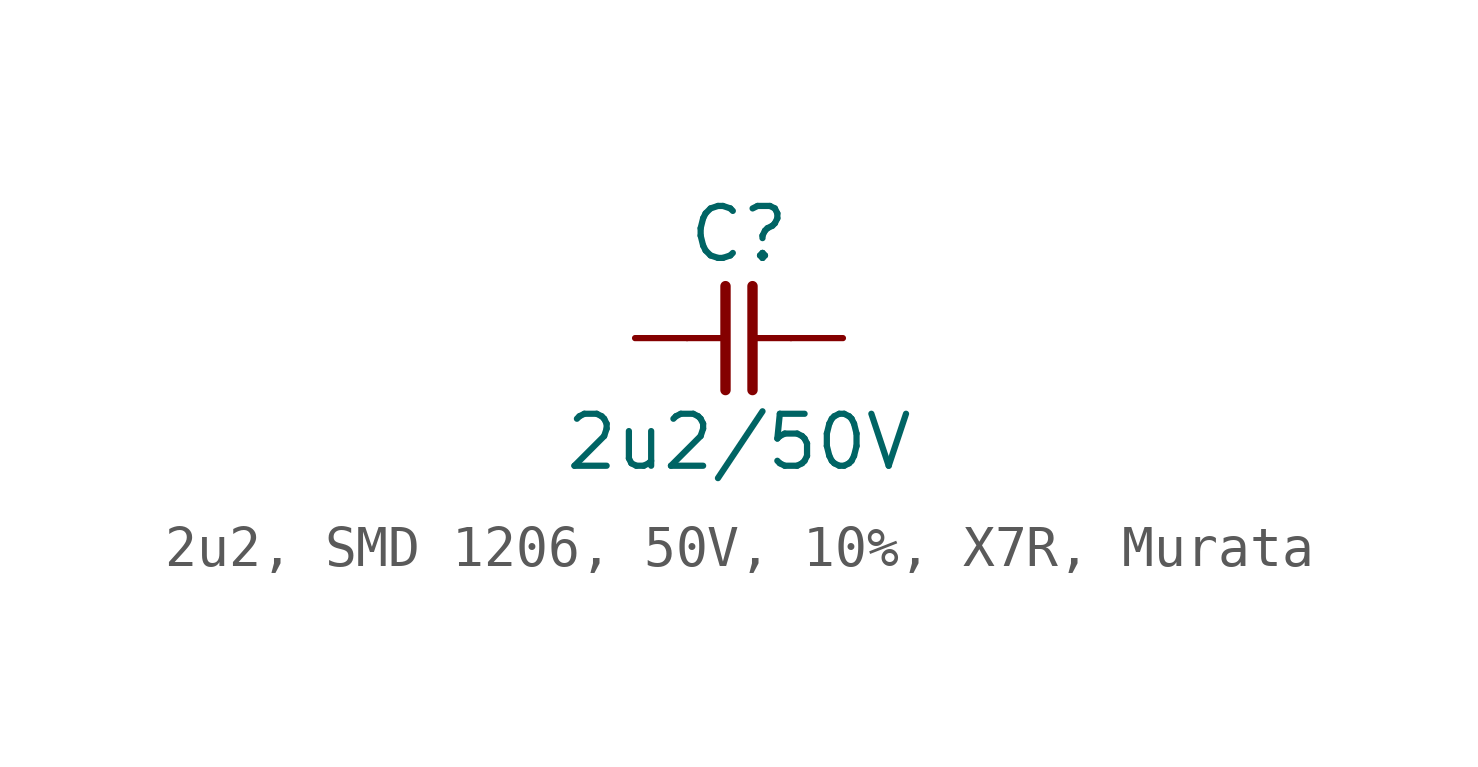
<source format=kicad_sym>
(kicad_symbol_lib
  (version 20241209)
  (generator "kicad_symbol_editor")
  (generator_version "9.0")
  (symbol "2u2, SMD 1206, 50V, 10%, X7R, Murata"
    (pin_numbers
      (hide yes))
    (pin_names
      (offset 0)
      (hide yes))
    (property "Reference" "C"
      (at 0 2.54 0)
      (effects (font (size 1.27 1.27))))
    (property "Value" "2u2/50V"
      (at 0 -2.54 0)
      (effects (font (size 1.27 1.27))))
    (symbol "2u2, SMD 1206, 50V, 10%, X7R, Murata_0_1"
      (polyline (pts (xy -0.33 1.27) (xy -0.33 -1.27)) (stroke (width 0.254) (type default)) (fill (type none)))
      (polyline (pts (xy -0.318 0) (xy -1.27 0)) (stroke (width 0) (type default)) (fill (type none)))
      (polyline (pts (xy 0.33 1.27) (xy 0.33 -1.27)) (stroke (width 0.254) (type default)) (fill (type none)))
      (polyline (pts (xy 1.27 0) (xy 0.318 0)) (stroke (width 0) (type default)) (fill (type none))))
    (symbol "2u2, SMD 1206, 50V, 10%, X7R, Murata_1_1"
      (pin passive line (at -2.54 0 0) (length 1.27) (name "1" (effects (font (size 1.27 1.27)))) (number "1" (effects (font (size 1.27 1.27)))))
      (pin passive line (at 2.54 0 180) (length 1.27) (name "2" (effects (font (size 1.27 1.27)))) (number "2" (effects (font (size 1.27 1.27))))))))
</source>
